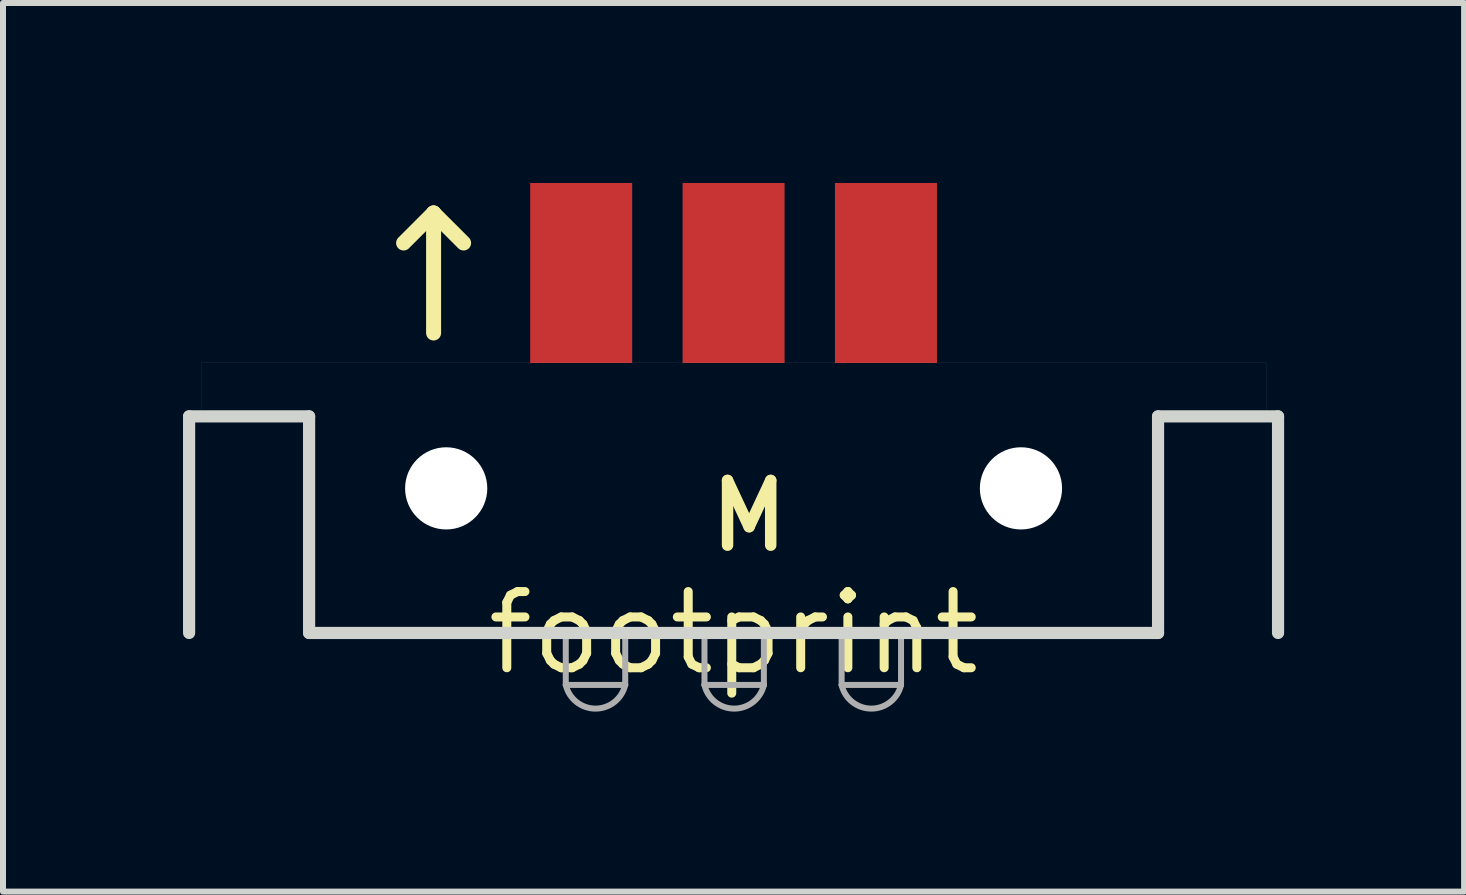
<source format=kicad_pcb>
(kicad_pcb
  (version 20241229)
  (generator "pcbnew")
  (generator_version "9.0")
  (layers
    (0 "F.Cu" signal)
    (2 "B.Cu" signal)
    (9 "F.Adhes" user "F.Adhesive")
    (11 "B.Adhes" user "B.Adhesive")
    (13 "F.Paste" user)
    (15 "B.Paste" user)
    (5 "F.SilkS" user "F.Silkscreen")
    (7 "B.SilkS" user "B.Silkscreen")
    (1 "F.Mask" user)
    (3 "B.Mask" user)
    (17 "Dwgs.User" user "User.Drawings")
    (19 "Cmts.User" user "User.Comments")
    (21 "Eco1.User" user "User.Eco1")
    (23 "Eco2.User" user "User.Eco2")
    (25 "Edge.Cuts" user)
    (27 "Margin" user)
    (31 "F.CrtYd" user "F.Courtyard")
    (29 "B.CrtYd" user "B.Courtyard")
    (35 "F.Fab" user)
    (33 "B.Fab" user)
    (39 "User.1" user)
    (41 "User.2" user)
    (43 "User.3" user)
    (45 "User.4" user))
  (footprint "footprint"
    (layer "F.Cu")
    (at 9.177 7.5)
    (property "Reference" "footprint" (at 0 0 0) (layer "F.SilkS") (effects (font (size 1.27 1.27) (thickness 0.15))))
    (fp_line (start -5.5 -6.5) (end -5 -7) (stroke (width 0.25) (type solid)) (layer "F.SilkS"))
    (fp_line (start -5 -7) (end -5 -5) (stroke (width 0.25) (type solid)) (layer "F.SilkS"))
    (fp_line (start -5 -7) (end -4.5 -6.5) (stroke (width 0.25) (type solid)) (layer "F.SilkS"))
    (fp_line (start -9.075 -3.61) (end -9.075 0) (stroke (width 0.203) (type solid)) (layer "Edge.Cuts"))
    (fp_line (start -7.075 -3.61) (end -9.075 -3.61) (stroke (width 0.203) (type solid)) (layer "Edge.Cuts"))
    (fp_line (start -7.075 -3.61) (end -7.075 0) (stroke (width 0.203) (type solid)) (layer "Edge.Cuts"))
    (fp_line (start 7.075 0) (end -7.075 0) (stroke (width 0.203) (type solid)) (layer "Edge.Cuts"))
    (fp_line (start 7.075 0) (end 7.075 -3.61) (stroke (width 0.203) (type solid)) (layer "Edge.Cuts"))
    (fp_line (start 9.075 -3.61) (end 7.075 -3.61) (stroke (width 0.203) (type solid)) (layer "Edge.Cuts"))
    (fp_line (start 9.075 -3.61) (end 9.075 0) (stroke (width 0.203) (type solid)) (layer "Edge.Cuts"))
    (fp_line (start -8.875 -4.5) (end -8.875 -3.61) (stroke (width 0.001) (type solid)) (layer "F.Fab"))
    (fp_line (start -8.875 -4.5) (end 8.875 -4.5) (stroke (width 0.001) (type solid)) (layer "F.Fab"))
    (fp_line (start -2.797 0.104) (end -2.797 0.866) (stroke (width 0.1) (type solid)) (layer "F.Fab"))
    (fp_line (start -2.797 0.866) (end -1.806 0.866) (stroke (width 0.1) (type solid)) (layer "F.Fab"))
    (fp_line (start -1.806 0.104) (end -1.806 0.866) (stroke (width 0.1) (type solid)) (layer "F.Fab"))
    (fp_line (start -0.485 0.104) (end -0.485 0.866) (stroke (width 0.1) (type solid)) (layer "F.Fab"))
    (fp_line (start -0.485 0.866) (end 0.505 0.866) (stroke (width 0.1) (type solid)) (layer "F.Fab"))
    (fp_line (start 0.505 0.104) (end 0.505 0.866) (stroke (width 0.1) (type solid)) (layer "F.Fab"))
    (fp_line (start 1.801 0.104) (end 1.801 0.866) (stroke (width 0.1) (type solid)) (layer "F.Fab"))
    (fp_line (start 1.801 0.866) (end 2.791 0.866) (stroke (width 0.1) (type solid)) (layer "F.Fab"))
    (fp_line (start 2.791 0.104) (end 2.791 0.866) (stroke (width 0.1) (type solid)) (layer "F.Fab"))
    (fp_line (start 8.875 -4.5) (end 8.875 -3.61) (stroke (width 0.001) (type solid)) (layer "F.Fab"))
    (fp_arc (start -1.8062 0.865798) (mid -2.301499 1.260903) (end -2.7968 0.8658) (stroke (width 0.1) (type solid)) (layer "F.Fab"))
    (fp_arc (start 0.5052 0.865798) (mid 0.009901 1.260903) (end -0.4854 0.8658) (stroke (width 0.1) (type solid)) (layer "F.Fab"))
    (fp_arc (start 2.7912 0.865798) (mid 2.295901 1.260903) (end 1.8006 0.8658) (stroke (width 0.1) (type solid)) (layer "F.Fab"))
    (fp_text user "M" (at -0.483 -1.321 0) (layer "F.SilkS") (effects (font (size 1.079 1.079) (thickness 0.191)) (justify left bottom)))
    (pad "" np_thru_hole circle (at -4.79 -2.41) (size 1.37 1.37) (drill 1.37) (layers "*.Cu" "*.Mask"))
    (pad "" np_thru_hole circle (at 4.79 -2.41) (size 1.37 1.37) (drill 1.37) (layers "*.Cu" "*.Mask"))
    (pad "SIG" smd rect (at 0 -6 90) (size 3 1.7) (layers "F.Cu" "F.Mask"))
    (pad "V+" smd rect (at -2.54 -6 90) (size 3 1.7) (layers "F.Cu" "F.Mask"))
    (pad "V-" smd rect (at 2.54 -6 90) (size 3 1.7) (layers "F.Cu" "F.Mask")))
  (gr_rect
    (start -3 -3)
    (end 21.353 11.811)
    (stroke (width 0.1) (type default))
    (fill no)
    (layer "Edge.Cuts")))
</source>
